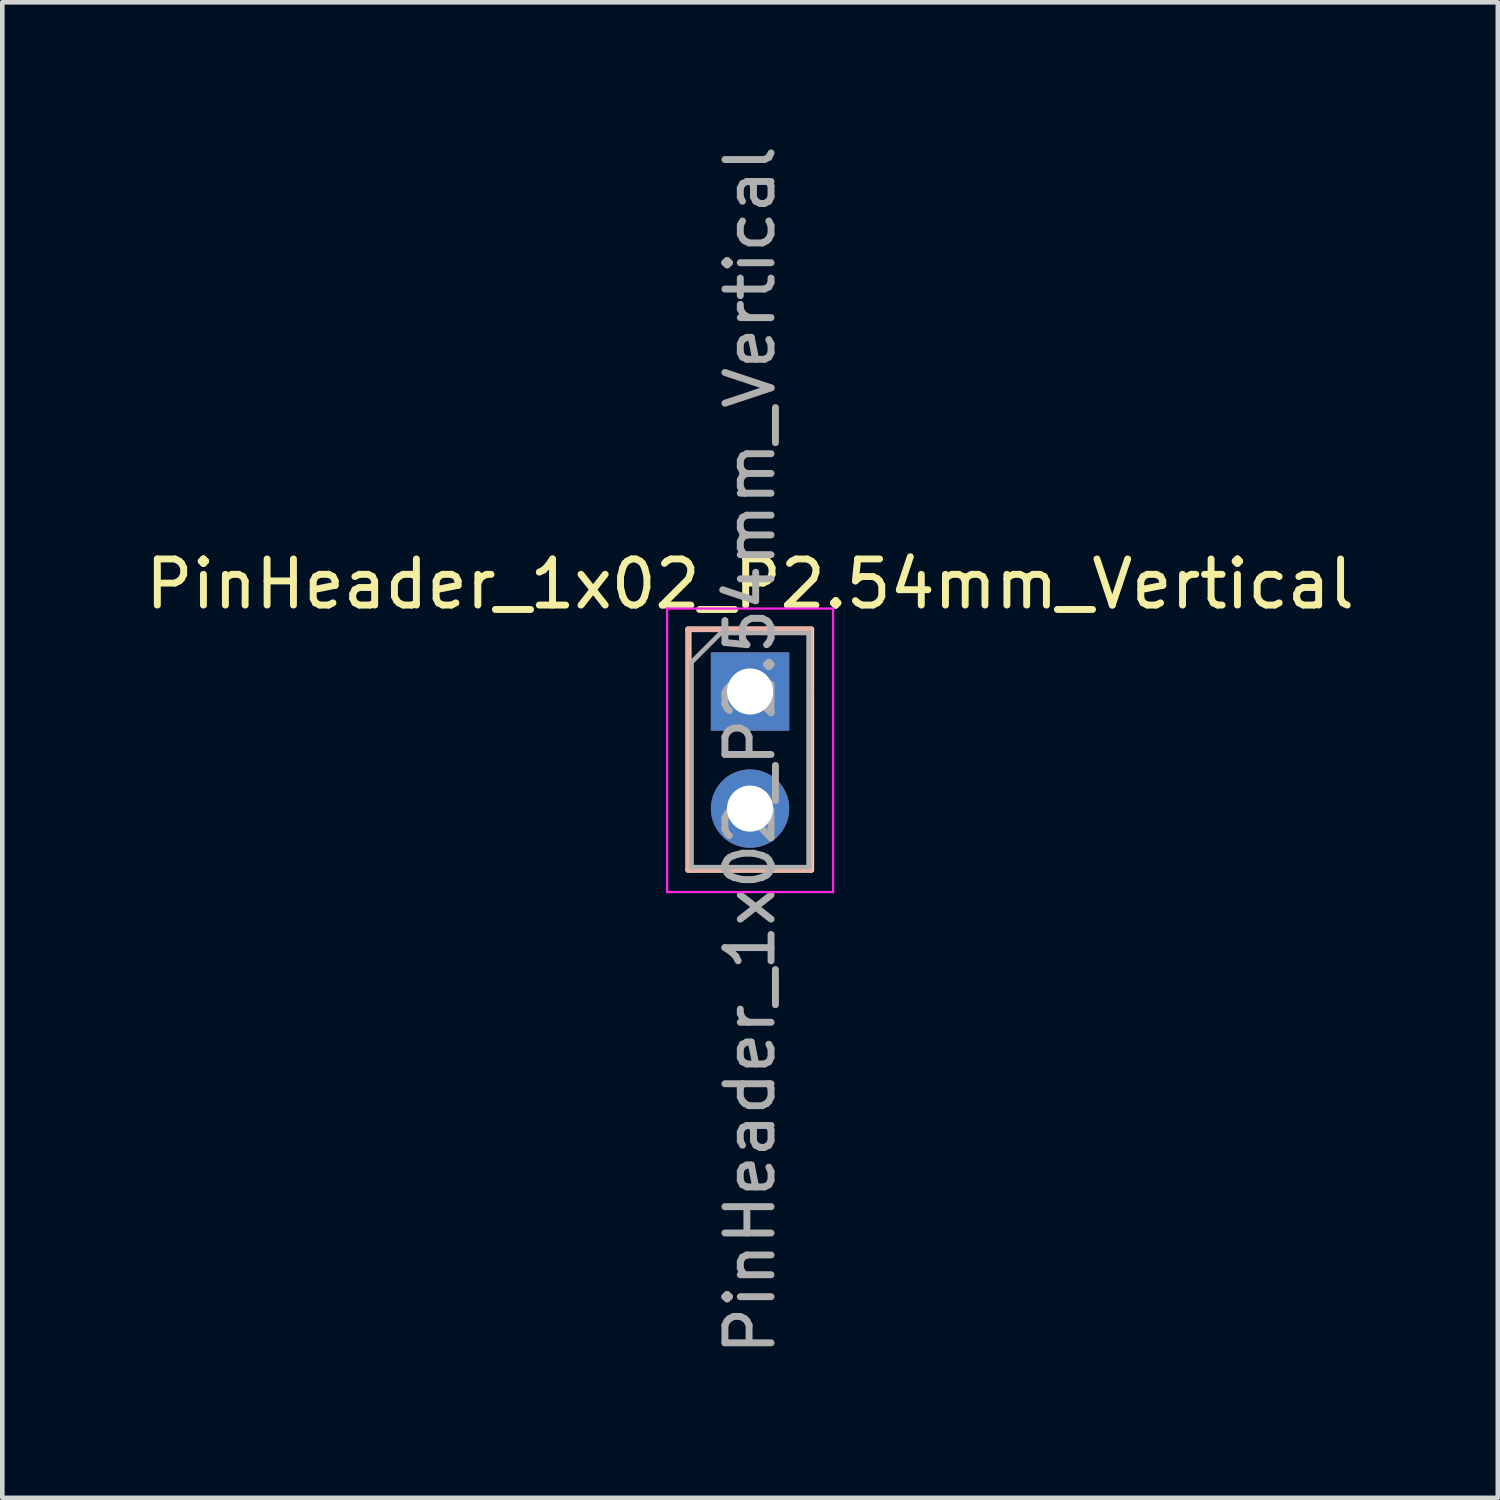
<source format=kicad_pcb>
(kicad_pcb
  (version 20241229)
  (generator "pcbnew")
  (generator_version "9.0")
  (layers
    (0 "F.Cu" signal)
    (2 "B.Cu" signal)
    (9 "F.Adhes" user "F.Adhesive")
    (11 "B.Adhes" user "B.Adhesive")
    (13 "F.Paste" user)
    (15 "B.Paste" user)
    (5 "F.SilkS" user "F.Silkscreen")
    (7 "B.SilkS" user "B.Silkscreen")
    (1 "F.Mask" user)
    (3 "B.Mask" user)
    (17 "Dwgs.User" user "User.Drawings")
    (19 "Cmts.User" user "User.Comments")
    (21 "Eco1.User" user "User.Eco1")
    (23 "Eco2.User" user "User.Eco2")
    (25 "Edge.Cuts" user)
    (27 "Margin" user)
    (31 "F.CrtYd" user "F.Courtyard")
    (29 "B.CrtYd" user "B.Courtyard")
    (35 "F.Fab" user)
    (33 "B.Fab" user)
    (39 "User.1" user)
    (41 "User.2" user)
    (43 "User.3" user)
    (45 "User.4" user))
  (footprint "PinHeader_1x02_P2.54mm_Vertical"
    (layer "F.Cu")
    (at 13.22 11.95)
    (property "Reference" "PinHeader_1x02_P2.54mm_Vertical" (at 0 -2.33 0) (layer "F.SilkS") (effects (font (size 1 1) (thickness 0.15))))
    (attr through_hole)
    (fp_line (start -1.33 -1.35) (end 1.33 -1.35) (stroke (width 0.12) (type solid)) (layer "F.SilkS"))
    (fp_line (start -1.33 0) (end -1.33 -1.33) (stroke (width 0.12) (type solid)) (layer "F.SilkS"))
    (fp_line (start -1.33 0) (end -1.33 3.87) (stroke (width 0.12) (type solid)) (layer "F.SilkS"))
    (fp_line (start -1.33 3.87) (end 1.33 3.87) (stroke (width 0.12) (type solid)) (layer "F.SilkS"))
    (fp_line (start 1.33 -1.35) (end 1.33 3.87) (stroke (width 0.12) (type solid)) (layer "F.SilkS"))
    (fp_line (start -1.347 -1.35) (end -1.347 3.87) (stroke (width 0.12) (type solid)) (layer "B.SilkS"))
    (fp_line (start 1.313 -1.35) (end -1.347 -1.35) (stroke (width 0.12) (type solid)) (layer "B.SilkS"))
    (fp_line (start 1.313 0) (end 1.313 -1.33) (stroke (width 0.12) (type solid)) (layer "B.SilkS"))
    (fp_line (start 1.313 0) (end 1.313 3.87) (stroke (width 0.12) (type solid)) (layer "B.SilkS"))
    (fp_line (start 1.313 3.87) (end -1.347 3.87) (stroke (width 0.12) (type solid)) (layer "B.SilkS"))
    (fp_line (start -1.8 -1.8) (end -1.8 4.35) (stroke (width 0.05) (type solid)) (layer "F.CrtYd"))
    (fp_line (start -1.8 4.35) (end 1.8 4.35) (stroke (width 0.05) (type solid)) (layer "F.CrtYd"))
    (fp_line (start 1.8 -1.8) (end -1.8 -1.8) (stroke (width 0.05) (type solid)) (layer "F.CrtYd"))
    (fp_line (start 1.8 4.35) (end 1.8 -1.8) (stroke (width 0.05) (type solid)) (layer "F.CrtYd"))
    (fp_line (start -1.27 -0.635) (end -0.635 -1.27) (stroke (width 0.1) (type solid)) (layer "F.Fab"))
    (fp_line (start -1.27 3.81) (end -1.27 -0.635) (stroke (width 0.1) (type solid)) (layer "F.Fab"))
    (fp_line (start -0.635 -1.27) (end 1.27 -1.27) (stroke (width 0.1) (type solid)) (layer "F.Fab"))
    (fp_line (start 1.27 -1.27) (end 1.27 3.81) (stroke (width 0.1) (type solid)) (layer "F.Fab"))
    (fp_line (start 1.27 3.81) (end -1.27 3.81) (stroke (width 0.1) (type solid)) (layer "F.Fab"))
    (fp_text user "${REFERENCE}" (at 0 1.27 90) (layer "F.Fab") (effects (font (size 1 1) (thickness 0.15))))
    (pad "1" thru_hole rect (at 0 0) (size 1.7 1.7) (drill 1) (layers "*.Cu" "*.Mask"))
    (pad "2" thru_hole oval (at 0 2.54) (size 1.7 1.7) (drill 1) (layers "*.Cu" "*.Mask")))
  (gr_rect
    (start -3 -3)
    (end 29.44 29.44)
    (stroke (width 0.1) (type default))
    (fill no)
    (layer "Edge.Cuts")))
</source>
